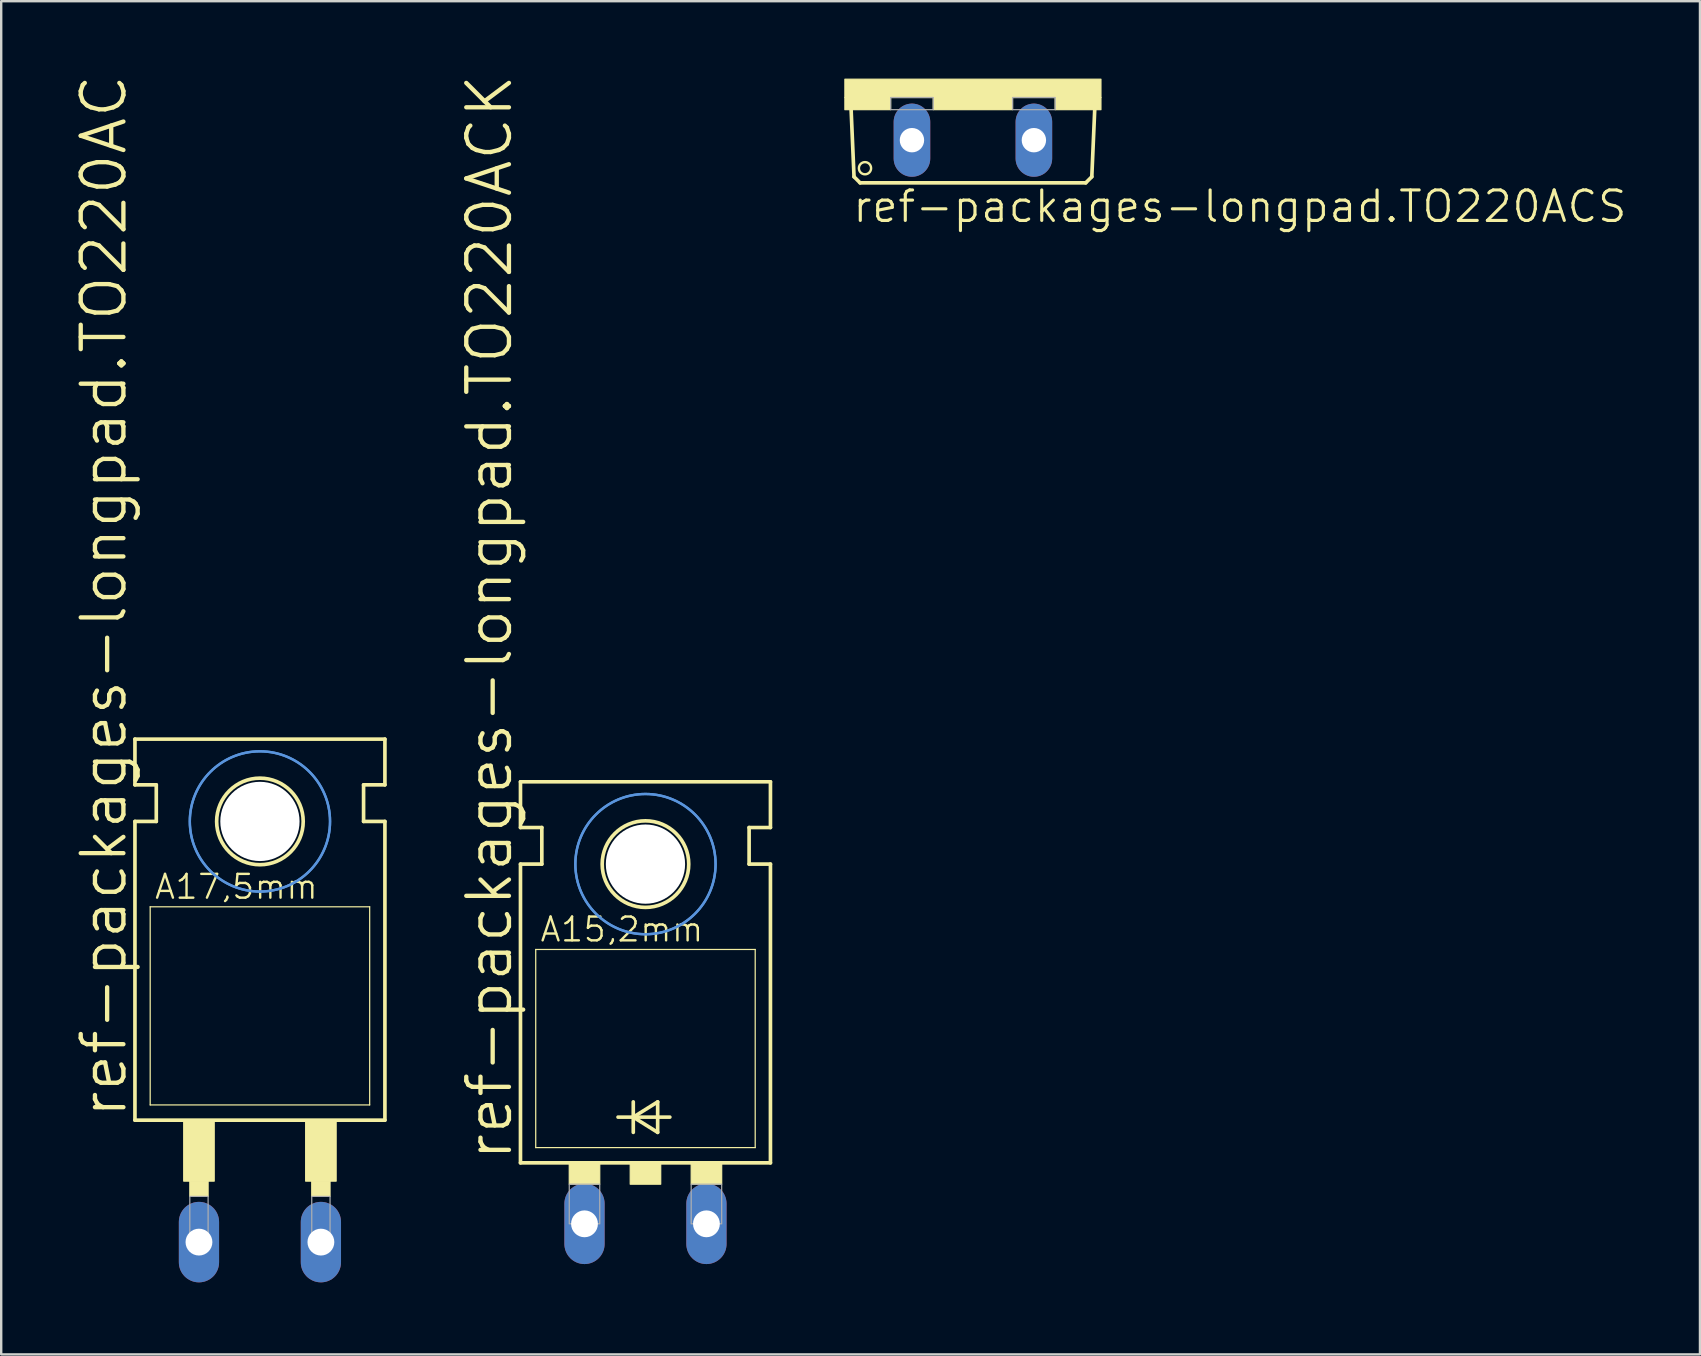
<source format=kicad_pcb>
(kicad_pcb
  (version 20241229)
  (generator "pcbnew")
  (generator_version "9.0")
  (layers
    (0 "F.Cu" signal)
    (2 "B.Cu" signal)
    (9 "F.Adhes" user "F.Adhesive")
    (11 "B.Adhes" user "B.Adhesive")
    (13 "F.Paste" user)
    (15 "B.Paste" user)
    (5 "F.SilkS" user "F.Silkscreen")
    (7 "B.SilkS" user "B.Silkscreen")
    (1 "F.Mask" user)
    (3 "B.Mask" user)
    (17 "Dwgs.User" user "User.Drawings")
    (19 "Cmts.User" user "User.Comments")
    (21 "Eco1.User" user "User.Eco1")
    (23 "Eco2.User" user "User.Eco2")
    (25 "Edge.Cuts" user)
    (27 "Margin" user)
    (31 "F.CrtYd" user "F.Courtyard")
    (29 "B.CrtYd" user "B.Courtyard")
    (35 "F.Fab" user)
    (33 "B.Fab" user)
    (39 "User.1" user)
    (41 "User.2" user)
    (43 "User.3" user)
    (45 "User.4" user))
  (footprint "ref-packages-longpad.TO220ACK"
    (layer "F.Cu")
    (at 23.841 44.126)
    (property "Reference" "ref-packages-longpad.TO220ACK" (at -5.461 1.27 90) (layer "F.SilkS") (effects (font (size 1.778 1.778) (thickness 0.18)) (justify left bottom)))
    (attr through_hole)
    (fp_line (start -5.207 -12.7) (end -5.207 -14.605) (stroke (width 0.152) (type default)) (layer "F.SilkS"))
    (fp_line (start -5.207 -11.176) (end -4.318 -11.176) (stroke (width 0.152) (type default)) (layer "F.SilkS"))
    (fp_line (start -5.207 1.27) (end -5.207 -11.176) (stroke (width 0.152) (type default)) (layer "F.SilkS"))
    (fp_line (start -5.207 1.27) (end 5.207 1.27) (stroke (width 0.152) (type default)) (layer "F.SilkS"))
    (fp_line (start -4.572 0.635) (end -4.572 -7.62) (stroke (width 0.051) (type default)) (layer "F.SilkS"))
    (fp_line (start -4.572 0.635) (end 4.572 0.635) (stroke (width 0.051) (type default)) (layer "F.SilkS"))
    (fp_line (start -4.318 -12.7) (end -5.207 -12.7) (stroke (width 0.152) (type default)) (layer "F.SilkS"))
    (fp_line (start -4.318 -11.176) (end -4.318 -12.7) (stroke (width 0.152) (type default)) (layer "F.SilkS"))
    (fp_line (start -1.143 -0.635) (end -0.508 -0.635) (stroke (width 0.152) (type default)) (layer "F.SilkS"))
    (fp_line (start -0.508 -1.27) (end -0.508 -0.635) (stroke (width 0.152) (type default)) (layer "F.SilkS"))
    (fp_line (start -0.508 -0.635) (end -0.508 0) (stroke (width 0.152) (type default)) (layer "F.SilkS"))
    (fp_line (start -0.508 -0.635) (end 0.508 -1.27) (stroke (width 0.152) (type default)) (layer "F.SilkS"))
    (fp_line (start -0.508 -0.635) (end 1.016 -0.635) (stroke (width 0.152) (type default)) (layer "F.SilkS"))
    (fp_line (start 0.508 -1.27) (end 0.508 0) (stroke (width 0.152) (type default)) (layer "F.SilkS"))
    (fp_line (start 0.508 0) (end -0.508 -0.635) (stroke (width 0.152) (type default)) (layer "F.SilkS"))
    (fp_line (start 4.318 -12.7) (end 5.207 -12.7) (stroke (width 0.152) (type default)) (layer "F.SilkS"))
    (fp_line (start 4.318 -11.176) (end 4.318 -12.7) (stroke (width 0.152) (type default)) (layer "F.SilkS"))
    (fp_line (start 4.572 -7.62) (end -4.572 -7.62) (stroke (width 0.051) (type default)) (layer "F.SilkS"))
    (fp_line (start 4.572 -7.62) (end 4.572 0.635) (stroke (width 0.051) (type default)) (layer "F.SilkS"))
    (fp_line (start 5.207 -14.605) (end -5.207 -14.605) (stroke (width 0.152) (type default)) (layer "F.SilkS"))
    (fp_line (start 5.207 -12.7) (end 5.207 -14.605) (stroke (width 0.152) (type default)) (layer "F.SilkS"))
    (fp_line (start 5.207 -11.176) (end 4.318 -11.176) (stroke (width 0.152) (type default)) (layer "F.SilkS"))
    (fp_line (start 5.207 1.27) (end 5.207 -11.176) (stroke (width 0.152) (type default)) (layer "F.SilkS"))
    (fp_rect (start -3.175 2.159) (end -1.905 1.27) (stroke (width 0.05) (type default)) (fill yes) (layer "F.SilkS"))
    (fp_rect (start -0.635 2.159) (end 0.635 1.27) (stroke (width 0.05) (type default)) (fill yes) (layer "F.SilkS"))
    (fp_rect (start 1.905 2.159) (end 3.175 1.27) (stroke (width 0.05) (type default)) (fill yes) (layer "F.SilkS"))
    (fp_circle (center 0 -11.176) (end 1.803 -11.176) (stroke (width 0.152) (type default)) (fill no) (layer "F.SilkS"))
    (fp_circle (center 0 -11.176) (end 2.921 -11.176) (stroke (width 0.1) (type default)) (fill no) (layer "Cmts.User"))
    (fp_circle (center 0 -11.176) (end 2.921 -11.176) (stroke (width 0.1) (type default)) (fill no) (layer "Cmts.User"))
    (fp_rect (start -3.175 3.81) (end -1.905 2.159) (stroke (width 0.05) (type default)) (fill no) (layer "F.Fab"))
    (fp_rect (start 1.905 3.81) (end 3.175 2.159) (stroke (width 0.05) (type default)) (fill no) (layer "F.Fab"))
    (fp_text user "A15,2mm" (at -4.445 -7.874 0) (layer "F.SilkS") (effects (font (size 0.991 0.991) (thickness 0.1)) (justify left bottom)))
    (pad "" np_thru_hole circle (at 0 -11.176) (size 3.302 3.302) (drill 3.302) (layers "*.Cu" "*.Mask"))
    (pad "A" thru_hole oval (at 2.54 3.81 90) (size 3.353 1.676) (drill 1.118) (layers "*.Cu" "*.Mask"))
    (pad "C" thru_hole oval (at -2.54 3.81 90) (size 3.353 1.676) (drill 1.118) (layers "*.Cu" "*.Mask")))
  (footprint "ref-packages-longpad.TO220AC"
    (layer "F.Cu")
    (at 7.779 42.348)
    (property "Reference" "ref-packages-longpad.TO220AC" (at -5.461 1.27 90) (layer "F.SilkS") (effects (font (size 1.778 1.778) (thickness 0.18)) (justify left bottom)))
    (attr through_hole)
    (fp_line (start -5.207 -12.7) (end -5.207 -14.605) (stroke (width 0.152) (type default)) (layer "F.SilkS"))
    (fp_line (start -5.207 -11.176) (end -4.318 -11.176) (stroke (width 0.152) (type default)) (layer "F.SilkS"))
    (fp_line (start -5.207 1.27) (end -5.207 -11.176) (stroke (width 0.152) (type default)) (layer "F.SilkS"))
    (fp_line (start -5.207 1.27) (end 5.207 1.27) (stroke (width 0.152) (type default)) (layer "F.SilkS"))
    (fp_line (start -4.572 0.635) (end -4.572 -7.62) (stroke (width 0.051) (type default)) (layer "F.SilkS"))
    (fp_line (start -4.572 0.635) (end 4.572 0.635) (stroke (width 0.051) (type default)) (layer "F.SilkS"))
    (fp_line (start -4.318 -12.7) (end -5.207 -12.7) (stroke (width 0.152) (type default)) (layer "F.SilkS"))
    (fp_line (start -4.318 -11.176) (end -4.318 -12.7) (stroke (width 0.152) (type default)) (layer "F.SilkS"))
    (fp_line (start 4.318 -12.7) (end 5.207 -12.7) (stroke (width 0.152) (type default)) (layer "F.SilkS"))
    (fp_line (start 4.318 -11.176) (end 4.318 -12.7) (stroke (width 0.152) (type default)) (layer "F.SilkS"))
    (fp_line (start 4.572 -7.62) (end -4.572 -7.62) (stroke (width 0.051) (type default)) (layer "F.SilkS"))
    (fp_line (start 4.572 -7.62) (end 4.572 0.635) (stroke (width 0.051) (type default)) (layer "F.SilkS"))
    (fp_line (start 5.207 -14.605) (end -5.207 -14.605) (stroke (width 0.152) (type default)) (layer "F.SilkS"))
    (fp_line (start 5.207 -12.7) (end 5.207 -14.605) (stroke (width 0.152) (type default)) (layer "F.SilkS"))
    (fp_line (start 5.207 -11.176) (end 4.318 -11.176) (stroke (width 0.152) (type default)) (layer "F.SilkS"))
    (fp_line (start 5.207 1.27) (end 5.207 -11.176) (stroke (width 0.152) (type default)) (layer "F.SilkS"))
    (fp_rect (start -3.175 3.81) (end -1.905 1.27) (stroke (width 0.05) (type default)) (fill yes) (layer "F.SilkS"))
    (fp_rect (start -2.921 4.445) (end -2.159 3.81) (stroke (width 0.05) (type default)) (fill yes) (layer "F.SilkS"))
    (fp_rect (start 1.905 3.81) (end 3.175 1.27) (stroke (width 0.05) (type default)) (fill yes) (layer "F.SilkS"))
    (fp_rect (start 2.159 4.445) (end 2.921 3.81) (stroke (width 0.05) (type default)) (fill yes) (layer "F.SilkS"))
    (fp_circle (center 0 -11.176) (end 1.803 -11.176) (stroke (width 0.152) (type default)) (fill no) (layer "F.SilkS"))
    (fp_circle (center 0 -11.176) (end 2.921 -11.176) (stroke (width 0.1) (type default)) (fill no) (layer "Cmts.User"))
    (fp_circle (center 0 -11.176) (end 2.921 -11.176) (stroke (width 0.1) (type default)) (fill no) (layer "Cmts.User"))
    (fp_rect (start -2.921 6.35) (end -2.159 4.445) (stroke (width 0.05) (type default)) (fill no) (layer "F.Fab"))
    (fp_rect (start 2.159 6.35) (end 2.921 4.445) (stroke (width 0.05) (type default)) (fill no) (layer "F.Fab"))
    (fp_text user "A17,5mm" (at -4.445 -7.874 0) (layer "F.SilkS") (effects (font (size 0.991 0.991) (thickness 0.1)) (justify left bottom)))
    (pad "" np_thru_hole circle (at 0 -11.176) (size 3.302 3.302) (drill 3.302) (layers "*.Cu" "*.Mask"))
    (pad "A" thru_hole oval (at 2.54 6.35 90) (size 3.353 1.676) (drill 1.118) (layers "*.Cu" "*.Mask"))
    (pad "C" thru_hole oval (at -2.54 6.35 90) (size 3.353 1.676) (drill 1.118) (layers "*.Cu" "*.Mask")))
  (footprint "ref-packages-longpad.TO220ACS"
    (layer "F.Cu")
    (at 37.483 0.25)
    (property "Reference" "ref-packages-longpad.TO220ACS" (at -5.08 6.045 0) (layer "F.SilkS") (effects (font (size 1.27 1.27) (thickness 0.13)) (justify left bottom)))
    (attr through_hole)
    (fp_line (start -4.953 4.064) (end -5.08 1.143) (stroke (width 0.152) (type default)) (layer "F.SilkS"))
    (fp_line (start -4.953 4.064) (end -4.699 4.318) (stroke (width 0.152) (type default)) (layer "F.SilkS"))
    (fp_line (start 4.699 4.318) (end -4.699 4.318) (stroke (width 0.152) (type default)) (layer "F.SilkS"))
    (fp_line (start 4.699 4.318) (end 4.953 4.064) (stroke (width 0.152) (type default)) (layer "F.SilkS"))
    (fp_line (start 5.08 1.143) (end 4.953 4.064) (stroke (width 0.152) (type default)) (layer "F.SilkS"))
    (fp_rect (start -5.334 0.762) (end 5.334 0) (stroke (width 0.05) (type default)) (fill yes) (layer "F.SilkS"))
    (fp_rect (start -5.334 1.27) (end -3.429 0.762) (stroke (width 0.05) (type default)) (fill yes) (layer "F.SilkS"))
    (fp_rect (start -1.651 1.27) (end 1.651 0.762) (stroke (width 0.05) (type default)) (fill yes) (layer "F.SilkS"))
    (fp_rect (start 3.429 1.27) (end 5.334 0.762) (stroke (width 0.05) (type default)) (fill yes) (layer "F.SilkS"))
    (fp_circle (center -4.496 3.708) (end -4.242 3.708) (stroke (width 0.1) (type default)) (fill no) (layer "F.SilkS"))
    (fp_rect (start -3.429 1.27) (end -1.651 0.762) (stroke (width 0.05) (type default)) (fill no) (layer "F.Fab"))
    (fp_rect (start 1.651 1.27) (end 3.429 0.762) (stroke (width 0.05) (type default)) (fill no) (layer "F.Fab"))
    (pad "A" thru_hole oval (at 2.54 2.54 90) (size 3.048 1.524) (drill 1.016) (layers "*.Cu" "*.Mask"))
    (pad "C" thru_hole oval (at -2.54 2.54 90) (size 3.048 1.524) (drill 1.016) (layers "*.Cu" "*.Mask")))
  (gr_rect
    (start -3 -3)
    (end 67.773 53.375)
    (stroke (width 0.1) (type default))
    (fill no)
    (layer "Edge.Cuts")))
</source>
